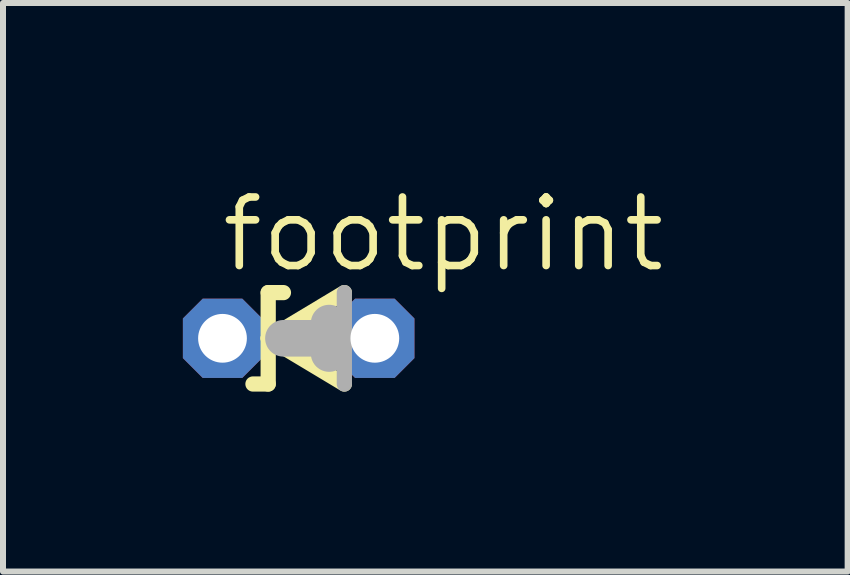
<source format=kicad_pcb>
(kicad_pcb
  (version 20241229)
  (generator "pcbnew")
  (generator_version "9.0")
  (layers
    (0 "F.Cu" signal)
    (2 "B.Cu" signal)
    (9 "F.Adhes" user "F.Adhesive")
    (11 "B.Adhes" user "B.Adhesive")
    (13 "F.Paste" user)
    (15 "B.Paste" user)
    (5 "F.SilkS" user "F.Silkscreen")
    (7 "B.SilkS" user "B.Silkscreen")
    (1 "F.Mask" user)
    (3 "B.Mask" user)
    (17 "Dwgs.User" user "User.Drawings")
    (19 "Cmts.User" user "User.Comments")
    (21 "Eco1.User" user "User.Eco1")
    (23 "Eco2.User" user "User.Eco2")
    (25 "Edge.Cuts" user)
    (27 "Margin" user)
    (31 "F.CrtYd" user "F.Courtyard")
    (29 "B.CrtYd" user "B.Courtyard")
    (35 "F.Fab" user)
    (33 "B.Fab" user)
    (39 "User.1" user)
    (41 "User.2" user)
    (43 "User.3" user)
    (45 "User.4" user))
  (footprint "footprint"
    (layer "F.Cu")
    (at 1.93 2.591)
    (property "Reference" "footprint" (at -1.346 -1.067 0) (layer "F.SilkS") (effects (font (size 1.143 1.143) (thickness 0.127)) (justify left bottom)))
    (fp_line (start -0.508 -0.762) (end -0.508 0) (stroke (width 0.254) (type solid)) (layer "F.SilkS"))
    (fp_line (start -0.508 0) (end -0.508 0.762) (stroke (width 0.254) (type solid)) (layer "F.SilkS"))
    (fp_line (start -0.508 0) (end 0.762 -0.762) (stroke (width 0.254) (type solid)) (layer "F.SilkS"))
    (fp_line (start -0.508 0.762) (end -0.762 0.762) (stroke (width 0.254) (type solid)) (layer "F.SilkS"))
    (fp_line (start -0.254 -0.762) (end -0.508 -0.762) (stroke (width 0.254) (type solid)) (layer "F.SilkS"))
    (fp_line (start 0.762 0.762) (end -0.508 0) (stroke (width 0.254) (type solid)) (layer "F.SilkS"))
    (fp_line (start 0.508 -0.254) (end 0.508 0) (stroke (width 0.61) (type solid)) (layer "F.Fab"))
    (fp_line (start 0.508 0) (end -0.254 0) (stroke (width 0.61) (type solid)) (layer "F.Fab"))
    (fp_line (start 0.508 0) (end 0.508 0.254) (stroke (width 0.61) (type solid)) (layer "F.Fab"))
    (fp_line (start 0.762 -0.762) (end 0.762 0.762) (stroke (width 0.254) (type solid)) (layer "F.Fab"))
    (pad "A" thru_hole roundrect (at 1.27 0) (size 1.321 1.321) (drill 0.813) (layers "*.Cu" "*.Mask") (roundrect_rratio 0.25) (chamfer_ratio 0.25) (chamfer top_left top_right bottom_left bottom_right))
    (pad "C" thru_hole roundrect (at -1.27 0) (size 1.321 1.321) (drill 0.813) (layers "*.Cu" "*.Mask") (roundrect_rratio 0.25) (chamfer_ratio 0.25) (chamfer top_left top_right bottom_left bottom_right)))
  (gr_rect
    (start -3 -3)
    (end 11.084 6.48)
    (stroke (width 0.1) (type default))
    (fill no)
    (layer "Edge.Cuts")))
</source>
